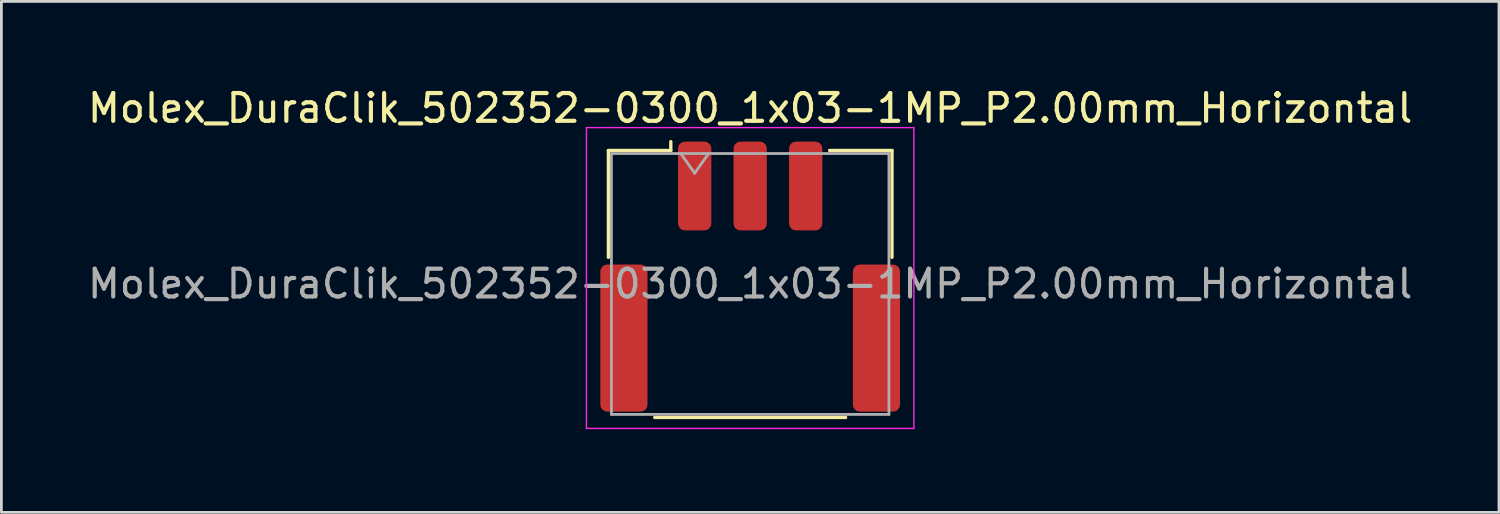
<source format=kicad_pcb>
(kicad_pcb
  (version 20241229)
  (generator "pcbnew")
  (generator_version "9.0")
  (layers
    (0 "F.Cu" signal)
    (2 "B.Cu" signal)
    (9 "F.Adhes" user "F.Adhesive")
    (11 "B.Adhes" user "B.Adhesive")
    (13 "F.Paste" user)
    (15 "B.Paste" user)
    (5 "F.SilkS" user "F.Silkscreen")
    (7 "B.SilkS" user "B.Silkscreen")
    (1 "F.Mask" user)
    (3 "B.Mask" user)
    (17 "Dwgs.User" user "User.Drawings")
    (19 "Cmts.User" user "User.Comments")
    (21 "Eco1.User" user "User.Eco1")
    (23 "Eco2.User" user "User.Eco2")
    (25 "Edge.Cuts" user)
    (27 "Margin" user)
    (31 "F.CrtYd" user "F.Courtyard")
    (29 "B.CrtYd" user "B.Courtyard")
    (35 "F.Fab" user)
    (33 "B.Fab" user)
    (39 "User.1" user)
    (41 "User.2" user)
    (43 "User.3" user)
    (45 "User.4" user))
  (footprint "Molex_DuraClik_502352-0300_1x03-1MP_P2.00mm_Horizontal"
    (layer "F.Cu")
    (at 23.982 6.918)
    (property "Reference" "Molex_DuraClik_502352-0300_1x03-1MP_P2.00mm_Horizontal" (at 0 -6.07 0) (layer "F.SilkS") (effects (font (size 1 1) (thickness 0.15))))
    (attr smd)
    (fp_line (start -5.11 -4.545) (end -2.86 -4.545) (stroke (width 0.12) (type solid)) (layer "F.SilkS"))
    (fp_line (start -5.11 -0.695) (end -5.11 -4.545) (stroke (width 0.12) (type solid)) (layer "F.SilkS"))
    (fp_line (start -3.44 5.075) (end 3.44 5.075) (stroke (width 0.12) (type solid)) (layer "F.SilkS"))
    (fp_line (start -2.86 -4.545) (end -2.86 -4.865) (stroke (width 0.12) (type solid)) (layer "F.SilkS"))
    (fp_line (start 5.11 -4.545) (end 2.86 -4.545) (stroke (width 0.12) (type solid)) (layer "F.SilkS"))
    (fp_line (start 5.11 -0.695) (end 5.11 -4.545) (stroke (width 0.12) (type solid)) (layer "F.SilkS"))
    (fp_line (start -5.9 -5.37) (end -5.9 5.47) (stroke (width 0.05) (type solid)) (layer "F.CrtYd"))
    (fp_line (start -5.9 5.47) (end 5.9 5.47) (stroke (width 0.05) (type solid)) (layer "F.CrtYd"))
    (fp_line (start 5.9 -5.37) (end -5.9 -5.37) (stroke (width 0.05) (type solid)) (layer "F.CrtYd"))
    (fp_line (start 5.9 5.47) (end 5.9 -5.37) (stroke (width 0.05) (type solid)) (layer "F.CrtYd"))
    (fp_line (start -5 -4.435) (end -5 4.965) (stroke (width 0.1) (type solid)) (layer "F.Fab"))
    (fp_line (start -5 -4.435) (end 5 -4.435) (stroke (width 0.1) (type solid)) (layer "F.Fab"))
    (fp_line (start -5 4.965) (end 5 4.965) (stroke (width 0.1) (type solid)) (layer "F.Fab"))
    (fp_line (start -2.5 -4.435) (end -2 -3.728) (stroke (width 0.1) (type solid)) (layer "F.Fab"))
    (fp_line (start -2 -3.728) (end -1.5 -4.435) (stroke (width 0.1) (type solid)) (layer "F.Fab"))
    (fp_line (start 5 -4.435) (end 5 4.965) (stroke (width 0.1) (type solid)) (layer "F.Fab"))
    (fp_text user "${REFERENCE}" (at 0 0.26 0) (layer "F.Fab") (effects (font (size 1 1) (thickness 0.15))))
    (pad "1" smd roundrect (at -2 -3.265) (size 1.2 3.2) (layers "F.Cu" "F.Mask" "F.Paste") (roundrect_rratio 0.208))
    (pad "2" smd roundrect (at 0 -3.265) (size 1.2 3.2) (layers "F.Cu" "F.Mask" "F.Paste") (roundrect_rratio 0.208))
    (pad "3" smd roundrect (at 2 -3.265) (size 1.2 3.2) (layers "F.Cu" "F.Mask" "F.Paste") (roundrect_rratio 0.208))
    (pad "MP" smd roundrect (at -4.55 2.215) (size 1.7 5.3) (layers "F.Cu" "F.Mask" "F.Paste") (roundrect_rratio 0.147))
    (pad "MP" smd roundrect (at 4.55 2.215) (size 1.7 5.3) (layers "F.Cu" "F.Mask" "F.Paste") (roundrect_rratio 0.147)))
  (gr_rect
    (start -3 -3)
    (end 50.964 15.413)
    (stroke (width 0.1) (type default))
    (fill no)
    (layer "Edge.Cuts")))
</source>
